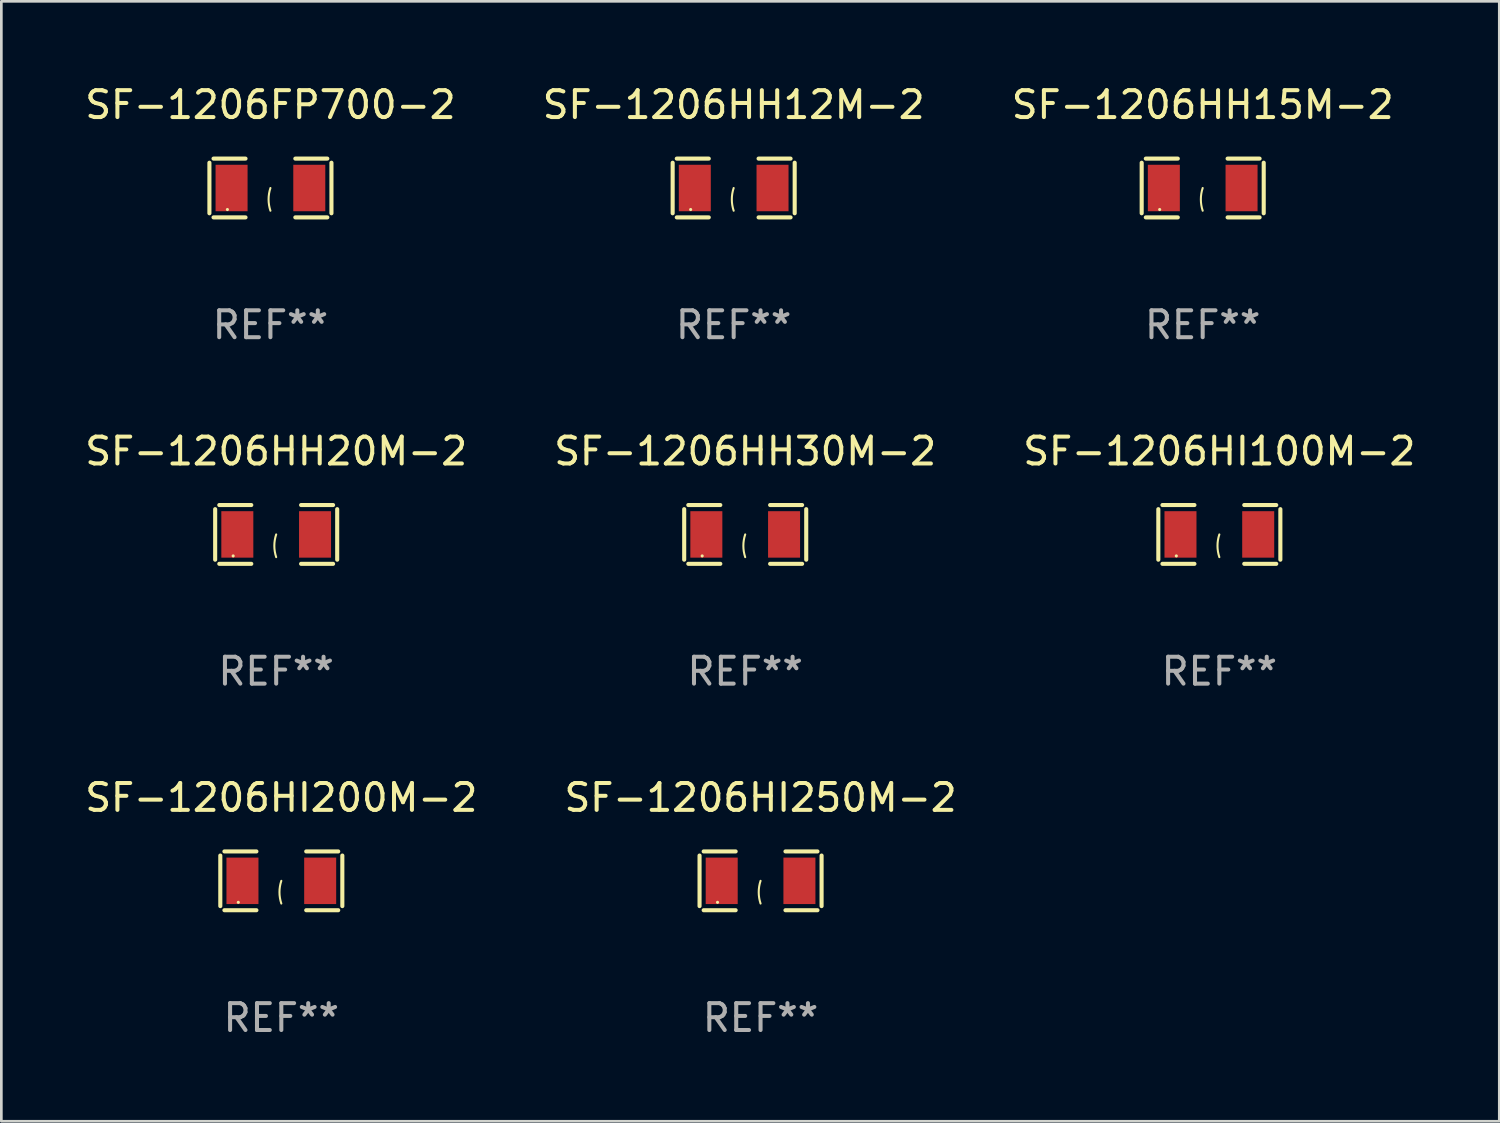
<source format=kicad_pcb>
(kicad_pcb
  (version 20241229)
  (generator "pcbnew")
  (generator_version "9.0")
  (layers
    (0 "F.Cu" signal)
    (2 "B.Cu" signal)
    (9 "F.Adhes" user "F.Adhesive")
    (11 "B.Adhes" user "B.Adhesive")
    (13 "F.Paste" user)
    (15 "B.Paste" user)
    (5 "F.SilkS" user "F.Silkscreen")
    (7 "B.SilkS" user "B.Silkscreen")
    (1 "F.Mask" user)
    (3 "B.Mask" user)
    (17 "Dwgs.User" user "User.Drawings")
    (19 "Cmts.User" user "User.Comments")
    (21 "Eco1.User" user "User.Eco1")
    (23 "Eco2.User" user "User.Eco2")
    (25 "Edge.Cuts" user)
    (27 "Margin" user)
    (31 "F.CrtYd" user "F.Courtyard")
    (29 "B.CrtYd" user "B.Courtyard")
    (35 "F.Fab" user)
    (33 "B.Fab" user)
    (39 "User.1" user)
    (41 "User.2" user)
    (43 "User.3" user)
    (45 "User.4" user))
  (footprint "SF-1206HH12M-2"
    (layer "F.Cu")
    (at 24.232 3.941)
    (property "Reference" "SF-1206HH12M-2" (at 0 -3.093 0) (layer "F.SilkS") (effects (font (size 1 1) (thickness 0.15))))
    (attr through_hole)
    (fp_line (start -2.269 -0.94) (end -2.269 0.94) (stroke (width 0.152) (type solid)) (layer "F.SilkS"))
    (fp_line (start -2.116 1.093) (end -0.926 1.093) (stroke (width 0.152) (type solid)) (layer "F.SilkS"))
    (fp_line (start -0.926 -1.093) (end -2.116 -1.093) (stroke (width 0.152) (type solid)) (layer "F.SilkS"))
    (fp_line (start 0.926 -1.093) (end 2.116 -1.093) (stroke (width 0.152) (type solid)) (layer "F.SilkS"))
    (fp_line (start 2.116 1.093) (end 0.926 1.093) (stroke (width 0.152) (type solid)) (layer "F.SilkS"))
    (fp_line (start 2.269 -0.94) (end 2.269 0.94) (stroke (width 0.152) (type solid)) (layer "F.SilkS"))
    (fp_arc (start 0 0.844951) (mid -0.068559 0.422475) (end 0 0) (stroke (width 0.0762) (type solid)) (layer "F.SilkS"))
    (fp_circle (center -1.6 0.8) (end -1.57 0.8) (stroke (width 0.06) (type solid)) (fill no) (layer "F.SilkS"))
    (fp_text user "REF**" (at 0 5.093 0) (layer "F.Fab") (effects (font (size 1 1) (thickness 0.15))))
    (pad "1" smd rect (at -1.445 0) (size 1.19 1.728) (layers "F.Cu" "F.Mask" "F.Paste"))
    (pad "2" smd rect (at 1.445 0) (size 1.19 1.728) (layers "F.Cu" "F.Mask" "F.Paste")))
  (footprint "SF-1206FP700-2"
    (layer "F.Cu")
    (at 7.006 3.941)
    (property "Reference" "SF-1206FP700-2" (at 0 -3.093 0) (layer "F.SilkS") (effects (font (size 1 1) (thickness 0.15))))
    (attr through_hole)
    (fp_line (start -2.269 -0.94) (end -2.269 0.94) (stroke (width 0.152) (type solid)) (layer "F.SilkS"))
    (fp_line (start -2.116 1.093) (end -0.926 1.093) (stroke (width 0.152) (type solid)) (layer "F.SilkS"))
    (fp_line (start -0.926 -1.093) (end -2.116 -1.093) (stroke (width 0.152) (type solid)) (layer "F.SilkS"))
    (fp_line (start 0.926 -1.093) (end 2.116 -1.093) (stroke (width 0.152) (type solid)) (layer "F.SilkS"))
    (fp_line (start 2.116 1.093) (end 0.926 1.093) (stroke (width 0.152) (type solid)) (layer "F.SilkS"))
    (fp_line (start 2.269 -0.94) (end 2.269 0.94) (stroke (width 0.152) (type solid)) (layer "F.SilkS"))
    (fp_arc (start 0 0.844951) (mid -0.068559 0.422475) (end 0 0) (stroke (width 0.0762) (type solid)) (layer "F.SilkS"))
    (fp_circle (center -1.6 0.8) (end -1.57 0.8) (stroke (width 0.06) (type solid)) (fill no) (layer "F.SilkS"))
    (fp_text user "REF**" (at 0 5.093 0) (layer "F.Fab") (effects (font (size 1 1) (thickness 0.15))))
    (pad "1" smd rect (at -1.445 0) (size 1.19 1.728) (layers "F.Cu" "F.Mask" "F.Paste"))
    (pad "2" smd rect (at 1.445 0) (size 1.19 1.728) (layers "F.Cu" "F.Mask" "F.Paste")))
  (footprint "SF-1206HH30M-2"
    (layer "F.Cu")
    (at 24.661 16.823)
    (property "Reference" "SF-1206HH30M-2" (at 0 -3.093 0) (layer "F.SilkS") (effects (font (size 1 1) (thickness 0.15))))
    (attr through_hole)
    (fp_line (start -2.269 -0.94) (end -2.269 0.94) (stroke (width 0.152) (type solid)) (layer "F.SilkS"))
    (fp_line (start -2.116 1.093) (end -0.926 1.093) (stroke (width 0.152) (type solid)) (layer "F.SilkS"))
    (fp_line (start -0.926 -1.093) (end -2.116 -1.093) (stroke (width 0.152) (type solid)) (layer "F.SilkS"))
    (fp_line (start 0.926 -1.093) (end 2.116 -1.093) (stroke (width 0.152) (type solid)) (layer "F.SilkS"))
    (fp_line (start 2.116 1.093) (end 0.926 1.093) (stroke (width 0.152) (type solid)) (layer "F.SilkS"))
    (fp_line (start 2.269 -0.94) (end 2.269 0.94) (stroke (width 0.152) (type solid)) (layer "F.SilkS"))
    (fp_arc (start 0 0.844951) (mid -0.068559 0.422475) (end 0 0) (stroke (width 0.0762) (type solid)) (layer "F.SilkS"))
    (fp_circle (center -1.6 0.8) (end -1.57 0.8) (stroke (width 0.06) (type solid)) (fill no) (layer "F.SilkS"))
    (fp_text user "REF**" (at 0 5.093 0) (layer "F.Fab") (effects (font (size 1 1) (thickness 0.15))))
    (pad "1" smd rect (at -1.445 0) (size 1.19 1.728) (layers "F.Cu" "F.Mask" "F.Paste"))
    (pad "2" smd rect (at 1.445 0) (size 1.19 1.728) (layers "F.Cu" "F.Mask" "F.Paste")))
  (footprint "SF-1206HH15M-2"
    (layer "F.Cu")
    (at 41.673 3.941)
    (property "Reference" "SF-1206HH15M-2" (at 0 -3.093 0) (layer "F.SilkS") (effects (font (size 1 1) (thickness 0.15))))
    (attr through_hole)
    (fp_line (start -2.269 -0.94) (end -2.269 0.94) (stroke (width 0.152) (type solid)) (layer "F.SilkS"))
    (fp_line (start -2.116 1.093) (end -0.926 1.093) (stroke (width 0.152) (type solid)) (layer "F.SilkS"))
    (fp_line (start -0.926 -1.093) (end -2.116 -1.093) (stroke (width 0.152) (type solid)) (layer "F.SilkS"))
    (fp_line (start 0.926 -1.093) (end 2.116 -1.093) (stroke (width 0.152) (type solid)) (layer "F.SilkS"))
    (fp_line (start 2.116 1.093) (end 0.926 1.093) (stroke (width 0.152) (type solid)) (layer "F.SilkS"))
    (fp_line (start 2.269 -0.94) (end 2.269 0.94) (stroke (width 0.152) (type solid)) (layer "F.SilkS"))
    (fp_arc (start 0 0.844951) (mid -0.068559 0.422475) (end 0 0) (stroke (width 0.0762) (type solid)) (layer "F.SilkS"))
    (fp_circle (center -1.6 0.8) (end -1.57 0.8) (stroke (width 0.06) (type solid)) (fill no) (layer "F.SilkS"))
    (fp_text user "REF**" (at 0 5.093 0) (layer "F.Fab") (effects (font (size 1 1) (thickness 0.15))))
    (pad "1" smd rect (at -1.445 0) (size 1.19 1.728) (layers "F.Cu" "F.Mask" "F.Paste"))
    (pad "2" smd rect (at 1.445 0) (size 1.19 1.728) (layers "F.Cu" "F.Mask" "F.Paste")))
  (footprint "SF-1206HH20M-2"
    (layer "F.Cu")
    (at 7.22 16.823)
    (property "Reference" "SF-1206HH20M-2" (at 0 -3.093 0) (layer "F.SilkS") (effects (font (size 1 1) (thickness 0.15))))
    (attr through_hole)
    (fp_line (start -2.269 -0.94) (end -2.269 0.94) (stroke (width 0.152) (type solid)) (layer "F.SilkS"))
    (fp_line (start -2.116 1.093) (end -0.926 1.093) (stroke (width 0.152) (type solid)) (layer "F.SilkS"))
    (fp_line (start -0.926 -1.093) (end -2.116 -1.093) (stroke (width 0.152) (type solid)) (layer "F.SilkS"))
    (fp_line (start 0.926 -1.093) (end 2.116 -1.093) (stroke (width 0.152) (type solid)) (layer "F.SilkS"))
    (fp_line (start 2.116 1.093) (end 0.926 1.093) (stroke (width 0.152) (type solid)) (layer "F.SilkS"))
    (fp_line (start 2.269 -0.94) (end 2.269 0.94) (stroke (width 0.152) (type solid)) (layer "F.SilkS"))
    (fp_arc (start 0 0.844951) (mid -0.068559 0.422475) (end 0 0) (stroke (width 0.0762) (type solid)) (layer "F.SilkS"))
    (fp_circle (center -1.6 0.8) (end -1.57 0.8) (stroke (width 0.06) (type solid)) (fill no) (layer "F.SilkS"))
    (fp_text user "REF**" (at 0 5.093 0) (layer "F.Fab") (effects (font (size 1 1) (thickness 0.15))))
    (pad "1" smd rect (at -1.445 0) (size 1.19 1.728) (layers "F.Cu" "F.Mask" "F.Paste"))
    (pad "2" smd rect (at 1.445 0) (size 1.19 1.728) (layers "F.Cu" "F.Mask" "F.Paste")))
  (footprint "SF-1206HI200M-2"
    (layer "F.Cu")
    (at 7.411 29.704)
    (property "Reference" "SF-1206HI200M-2" (at 0 -3.093 0) (layer "F.SilkS") (effects (font (size 1 1) (thickness 0.15))))
    (attr through_hole)
    (fp_line (start -2.269 -0.94) (end -2.269 0.94) (stroke (width 0.152) (type solid)) (layer "F.SilkS"))
    (fp_line (start -2.116 1.093) (end -0.926 1.093) (stroke (width 0.152) (type solid)) (layer "F.SilkS"))
    (fp_line (start -0.926 -1.093) (end -2.116 -1.093) (stroke (width 0.152) (type solid)) (layer "F.SilkS"))
    (fp_line (start 0.926 -1.093) (end 2.116 -1.093) (stroke (width 0.152) (type solid)) (layer "F.SilkS"))
    (fp_line (start 2.116 1.093) (end 0.926 1.093) (stroke (width 0.152) (type solid)) (layer "F.SilkS"))
    (fp_line (start 2.269 -0.94) (end 2.269 0.94) (stroke (width 0.152) (type solid)) (layer "F.SilkS"))
    (fp_arc (start 0 0.844951) (mid -0.068559 0.422475) (end 0 0) (stroke (width 0.0762) (type solid)) (layer "F.SilkS"))
    (fp_circle (center -1.6 0.8) (end -1.57 0.8) (stroke (width 0.06) (type solid)) (fill no) (layer "F.SilkS"))
    (fp_text user "REF**" (at 0 5.093 0) (layer "F.Fab") (effects (font (size 1 1) (thickness 0.15))))
    (pad "1" smd rect (at -1.445 0) (size 1.19 1.728) (layers "F.Cu" "F.Mask" "F.Paste"))
    (pad "2" smd rect (at 1.445 0) (size 1.19 1.728) (layers "F.Cu" "F.Mask" "F.Paste")))
  (footprint "SF-1206HI100M-2"
    (layer "F.Cu")
    (at 42.292 16.823)
    (property "Reference" "SF-1206HI100M-2" (at 0 -3.093 0) (layer "F.SilkS") (effects (font (size 1 1) (thickness 0.15))))
    (attr through_hole)
    (fp_line (start -2.269 -0.94) (end -2.269 0.94) (stroke (width 0.152) (type solid)) (layer "F.SilkS"))
    (fp_line (start -2.116 1.093) (end -0.926 1.093) (stroke (width 0.152) (type solid)) (layer "F.SilkS"))
    (fp_line (start -0.926 -1.093) (end -2.116 -1.093) (stroke (width 0.152) (type solid)) (layer "F.SilkS"))
    (fp_line (start 0.926 -1.093) (end 2.116 -1.093) (stroke (width 0.152) (type solid)) (layer "F.SilkS"))
    (fp_line (start 2.116 1.093) (end 0.926 1.093) (stroke (width 0.152) (type solid)) (layer "F.SilkS"))
    (fp_line (start 2.269 -0.94) (end 2.269 0.94) (stroke (width 0.152) (type solid)) (layer "F.SilkS"))
    (fp_arc (start 0 0.844951) (mid -0.068559 0.422475) (end 0 0) (stroke (width 0.0762) (type solid)) (layer "F.SilkS"))
    (fp_circle (center -1.6 0.8) (end -1.57 0.8) (stroke (width 0.06) (type solid)) (fill no) (layer "F.SilkS"))
    (fp_text user "REF**" (at 0 5.093 0) (layer "F.Fab") (effects (font (size 1 1) (thickness 0.15))))
    (pad "1" smd rect (at -1.445 0) (size 1.19 1.728) (layers "F.Cu" "F.Mask" "F.Paste"))
    (pad "2" smd rect (at 1.445 0) (size 1.19 1.728) (layers "F.Cu" "F.Mask" "F.Paste")))
  (footprint "SF-1206HI250M-2"
    (layer "F.Cu")
    (at 25.232 29.704)
    (property "Reference" "SF-1206HI250M-2" (at 0 -3.093 0) (layer "F.SilkS") (effects (font (size 1 1) (thickness 0.15))))
    (attr through_hole)
    (fp_line (start -2.269 -0.94) (end -2.269 0.94) (stroke (width 0.152) (type solid)) (layer "F.SilkS"))
    (fp_line (start -2.116 1.093) (end -0.926 1.093) (stroke (width 0.152) (type solid)) (layer "F.SilkS"))
    (fp_line (start -0.926 -1.093) (end -2.116 -1.093) (stroke (width 0.152) (type solid)) (layer "F.SilkS"))
    (fp_line (start 0.926 -1.093) (end 2.116 -1.093) (stroke (width 0.152) (type solid)) (layer "F.SilkS"))
    (fp_line (start 2.116 1.093) (end 0.926 1.093) (stroke (width 0.152) (type solid)) (layer "F.SilkS"))
    (fp_line (start 2.269 -0.94) (end 2.269 0.94) (stroke (width 0.152) (type solid)) (layer "F.SilkS"))
    (fp_arc (start 0 0.844951) (mid -0.068559 0.422475) (end 0 0) (stroke (width 0.0762) (type solid)) (layer "F.SilkS"))
    (fp_circle (center -1.6 0.8) (end -1.57 0.8) (stroke (width 0.06) (type solid)) (fill no) (layer "F.SilkS"))
    (fp_text user "REF**" (at 0 5.093 0) (layer "F.Fab") (effects (font (size 1 1) (thickness 0.15))))
    (pad "1" smd rect (at -1.445 0) (size 1.19 1.728) (layers "F.Cu" "F.Mask" "F.Paste"))
    (pad "2" smd rect (at 1.445 0) (size 1.19 1.728) (layers "F.Cu" "F.Mask" "F.Paste")))
  (gr_rect
    (start -3 -3)
    (end 52.702 38.645)
    (stroke (width 0.1) (type default))
    (fill no)
    (layer "Edge.Cuts")))
</source>
